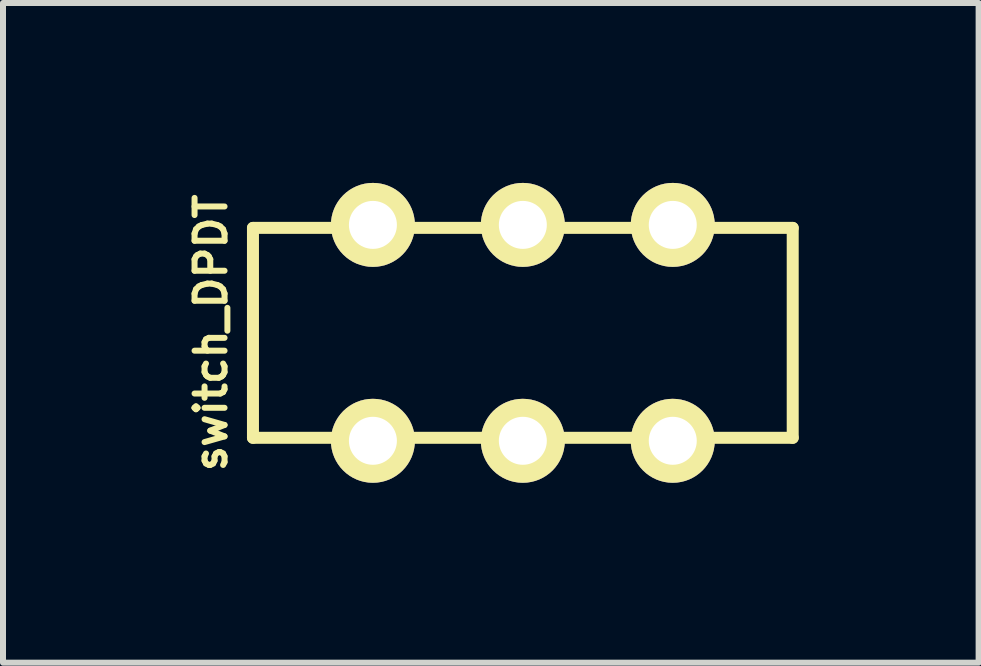
<source format=kicad_pcb>
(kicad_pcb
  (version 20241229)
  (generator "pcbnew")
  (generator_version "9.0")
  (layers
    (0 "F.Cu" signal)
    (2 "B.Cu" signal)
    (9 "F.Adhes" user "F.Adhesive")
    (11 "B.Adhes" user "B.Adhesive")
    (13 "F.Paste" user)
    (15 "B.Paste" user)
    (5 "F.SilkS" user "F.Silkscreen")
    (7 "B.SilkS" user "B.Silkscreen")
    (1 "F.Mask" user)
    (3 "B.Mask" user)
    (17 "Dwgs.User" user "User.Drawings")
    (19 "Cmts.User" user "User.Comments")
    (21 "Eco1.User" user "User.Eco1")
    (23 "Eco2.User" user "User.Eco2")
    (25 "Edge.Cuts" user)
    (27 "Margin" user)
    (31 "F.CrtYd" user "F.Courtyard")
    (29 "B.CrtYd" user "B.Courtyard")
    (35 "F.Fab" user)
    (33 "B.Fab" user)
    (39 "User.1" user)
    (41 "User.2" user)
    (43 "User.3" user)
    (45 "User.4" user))
  (footprint "switch_DPDT"
    (layer "F.Cu")
    (at 5.668 2.5)
    (property "Reference" "switch_DPDT" (at -5.2 0 90) (layer "F.SilkS") (effects (font (size 0.5 0.5) (thickness 0.1))))
    (attr through_hole)
    (fp_line (start -4.5 -1.75) (end 4.5 -1.75) (stroke (width 0.2) (type solid)) (layer "F.SilkS"))
    (fp_line (start -4.5 1.75) (end -4.5 -1.75) (stroke (width 0.2) (type solid)) (layer "F.SilkS"))
    (fp_line (start 4.5 -1.75) (end 4.5 1.75) (stroke (width 0.2) (type solid)) (layer "F.SilkS"))
    (fp_line (start 4.5 1.75) (end -4.5 1.75) (stroke (width 0.2) (type solid)) (layer "F.SilkS"))
    (pad "1" thru_hole circle (at -2.5 1.8) (size 1.4 1.4) (drill 0.8) (layers "*.Cu" "*.Mask" "F.SilkS"))
    (pad "2" thru_hole circle (at 0 1.8) (size 1.4 1.4) (drill 0.8) (layers "*.Cu" "*.Mask" "F.SilkS"))
    (pad "3" thru_hole circle (at 2.5 1.8) (size 1.4 1.4) (drill 0.8) (layers "*.Cu" "*.Mask" "F.SilkS"))
    (pad "4" thru_hole circle (at -2.5 -1.8) (size 1.4 1.4) (drill 0.8) (layers "*.Cu" "*.Mask" "F.SilkS"))
    (pad "5" thru_hole circle (at 0 -1.8) (size 1.4 1.4) (drill 0.8) (layers "*.Cu" "*.Mask" "F.SilkS"))
    (pad "6" thru_hole circle (at 2.5 -1.8) (size 1.4 1.4) (drill 0.8) (layers "*.Cu" "*.Mask" "F.SilkS")))
  (gr_rect
    (start -3 -3)
    (end 13.268 8)
    (stroke (width 0.1) (type default))
    (fill no)
    (layer "Edge.Cuts")))
</source>
